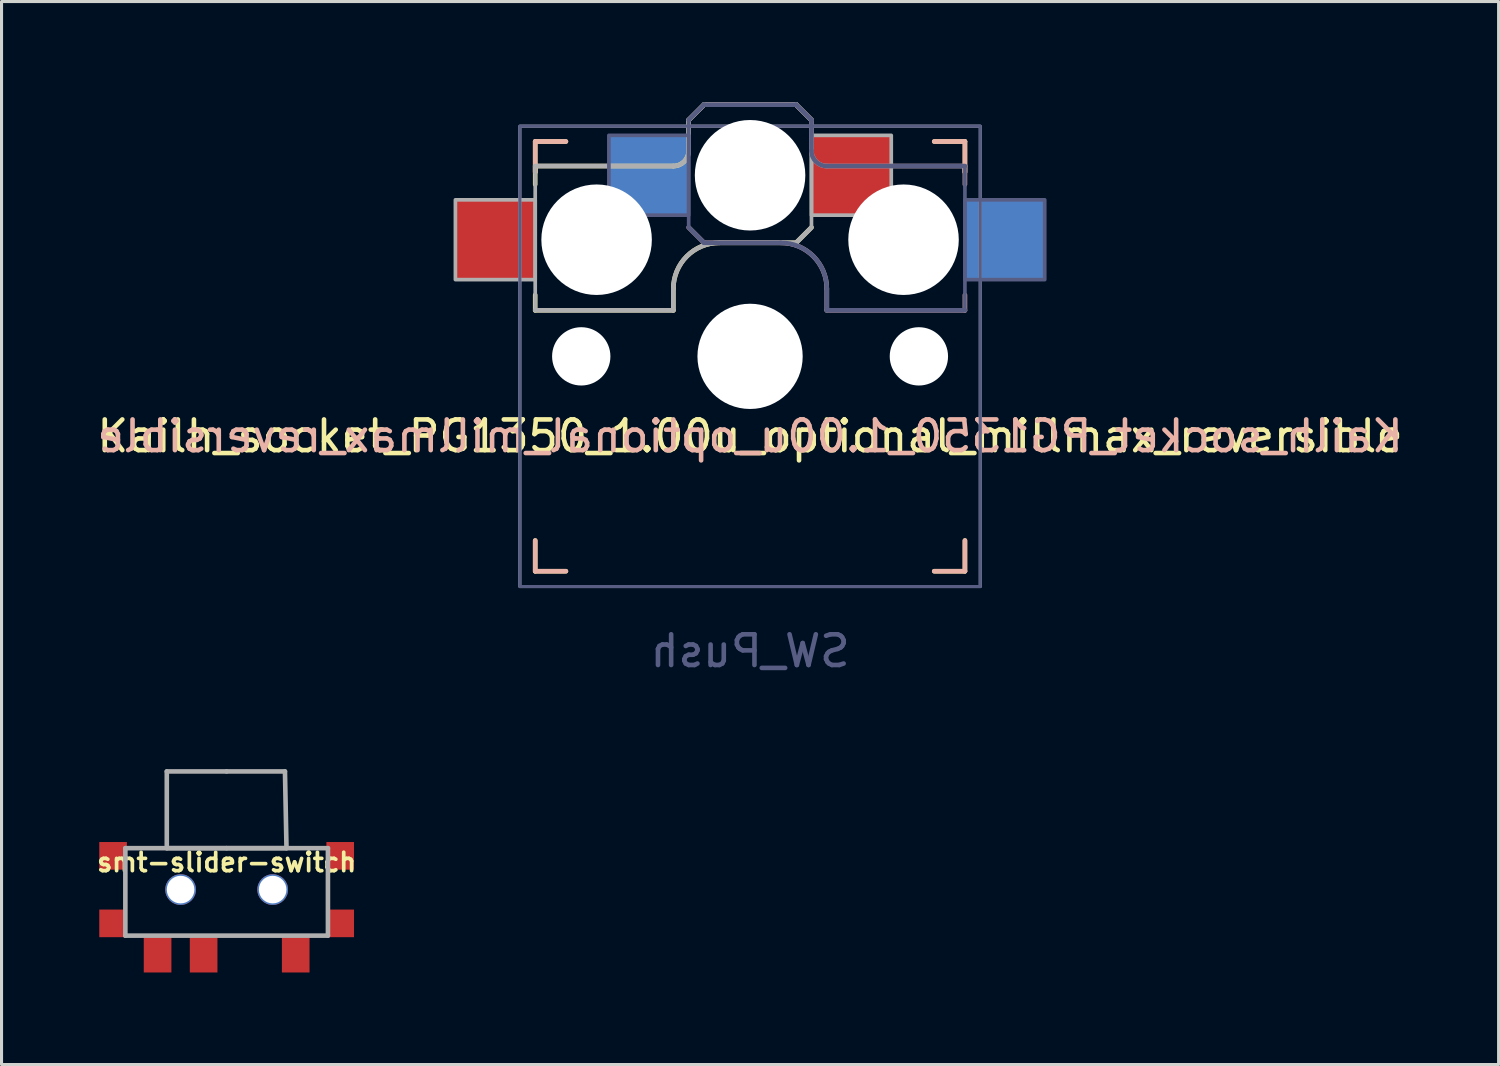
<source format=kicad_pcb>
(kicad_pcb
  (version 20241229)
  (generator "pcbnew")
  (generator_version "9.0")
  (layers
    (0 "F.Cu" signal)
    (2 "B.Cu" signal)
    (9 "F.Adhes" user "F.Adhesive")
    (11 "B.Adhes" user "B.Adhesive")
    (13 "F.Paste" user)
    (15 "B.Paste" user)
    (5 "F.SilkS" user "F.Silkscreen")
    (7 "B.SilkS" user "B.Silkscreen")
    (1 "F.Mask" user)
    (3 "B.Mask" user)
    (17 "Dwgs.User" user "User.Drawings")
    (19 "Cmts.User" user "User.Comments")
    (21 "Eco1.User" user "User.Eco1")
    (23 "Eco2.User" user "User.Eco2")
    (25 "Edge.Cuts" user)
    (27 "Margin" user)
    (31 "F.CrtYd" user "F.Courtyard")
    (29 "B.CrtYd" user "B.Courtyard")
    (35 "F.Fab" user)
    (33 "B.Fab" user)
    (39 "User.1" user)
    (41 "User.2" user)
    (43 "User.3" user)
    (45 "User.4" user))
  (footprint "smt-slider-switch"
    (layer "F.Cu")
    (at 4.334 25.933)
    (property "Reference" "smt-slider-switch" (at 0 -0.889 0) (layer "F.SilkS") (effects (font (size 0.6 0.6) (thickness 0.12))))
    (attr through_hole)
    (fp_line (start -3.3 -1.35) (end -3.3 1.5) (stroke (width 0.15) (type solid)) (layer "F.Fab"))
    (fp_line (start -3.3 1.5) (end 3.3 1.5) (stroke (width 0.15) (type solid)) (layer "F.Fab"))
    (fp_line (start -1.95 -3.85) (end 0 -3.85) (stroke (width 0.15) (type solid)) (layer "F.Fab"))
    (fp_line (start -1.95 -1.35) (end -1.95 -3.85) (stroke (width 0.15) (type solid)) (layer "F.Fab"))
    (fp_line (start 0 -3.85) (end 1.9 -3.85) (stroke (width 0.15) (type solid)) (layer "F.Fab"))
    (fp_line (start 0 -1.35) (end -3.3 -1.35) (stroke (width 0.15) (type solid)) (layer "F.Fab"))
    (fp_line (start 0 -1.35) (end 3.3 -1.35) (stroke (width 0.15) (type solid)) (layer "F.Fab"))
    (fp_line (start 1.9 -3.85) (end 1.95 -1.35) (stroke (width 0.15) (type solid)) (layer "F.Fab"))
    (fp_line (start 1.95 -1.35) (end -1.95 -1.35) (stroke (width 0.15) (type solid)) (layer "F.Fab"))
    (fp_line (start 3.3 1.5) (end 3.3 -1.35) (stroke (width 0.15) (type solid)) (layer "F.Fab"))
    (pad "" np_thru_hole circle (at -1.5 0) (size 1 1) (drill 0.9) (layers "*.Cu" "*.Mask"))
    (pad "" np_thru_hole circle (at 1.5 0) (size 1 1) (drill 0.9) (layers "*.Cu" "*.Mask"))
    (pad "0" smd rect (at -3.7 -1.1) (size 0.9 0.9) (layers "F.Cu" "F.Mask" "F.Paste"))
    (pad "0" smd rect (at -3.7 1.1) (size 0.9 0.9) (layers "F.Cu" "F.Mask" "F.Paste"))
    (pad "0" smd rect (at 3.7 -1.1) (size 0.9 0.9) (layers "F.Cu" "F.Mask" "F.Paste"))
    (pad "0" smd rect (at 3.7 1.1) (size 0.9 0.9) (layers "F.Cu" "F.Mask" "F.Paste"))
    (pad "1" smd rect (at 2.25 2.075) (size 0.9 1.25) (layers "F.Cu" "F.Mask" "F.Paste"))
    (pad "2" smd rect (at -0.75 2.075) (size 0.9 1.25) (layers "F.Cu" "F.Mask" "F.Paste"))
    (pad "3" smd rect (at -2.25 2.075) (size 0.9 1.25) (layers "F.Cu" "F.Mask" "F.Paste")))
  (footprint "Kailh_socket_PG1350_1.00u_optional_millmax_reversible"
    (layer "F.Cu")
    (at 21.387 8.56)
    (property "Reference" "Kailh_socket_PG1350_1.00u_optional_millmax_reversible" (at 0 2.6 0) (layer "F.SilkS") (effects (font (size 1 1) (thickness 0.15))))
    (property "Value" "SW_Push" (at 0 9.6 0) (layer "F.Fab") (hide yes) (effects (font (size 1 1) (thickness 0.15))))
    (fp_line (start -7 -6.2) (end -2.5 -6.2) (stroke (width 0.15) (type solid)) (layer "F.SilkS"))
    (fp_line (start -7 -6) (end -7 -7) (stroke (width 0.15) (type solid)) (layer "F.SilkS"))
    (fp_line (start -7 -5.6) (end -7 -6.2) (stroke (width 0.15) (type solid)) (layer "F.SilkS"))
    (fp_line (start -7 -1.5) (end -7 -2) (stroke (width 0.15) (type solid)) (layer "F.SilkS"))
    (fp_line (start -7 7) (end -7 6) (stroke (width 0.15) (type solid)) (layer "F.SilkS"))
    (fp_line (start -7 7) (end -6 7) (stroke (width 0.15) (type solid)) (layer "F.SilkS"))
    (fp_line (start -6 -7) (end -7 -7) (stroke (width 0.15) (type solid)) (layer "F.SilkS"))
    (fp_line (start -2.5 -2.2) (end -2.5 -1.5) (stroke (width 0.15) (type solid)) (layer "F.SilkS"))
    (fp_line (start -2.5 -1.5) (end -7 -1.5) (stroke (width 0.15) (type solid)) (layer "F.SilkS"))
    (fp_line (start -2 -7.7) (end -1.5 -8.2) (stroke (width 0.15) (type solid)) (layer "F.SilkS"))
    (fp_line (start -2 -6.7) (end -2 -7.7) (stroke (width 0.15) (type solid)) (layer "F.SilkS"))
    (fp_line (start -1.5 -8.2) (end 1.5 -8.2) (stroke (width 0.15) (type solid)) (layer "F.SilkS"))
    (fp_line (start 1.5 -8.2) (end 2 -7.7) (stroke (width 0.15) (type solid)) (layer "F.SilkS"))
    (fp_line (start 1.5 -3.7) (end -1 -3.7) (stroke (width 0.15) (type solid)) (layer "F.SilkS"))
    (fp_line (start 2 -4.2) (end 1.5 -3.7) (stroke (width 0.15) (type solid)) (layer "F.SilkS"))
    (fp_line (start 6 7) (end 7 7) (stroke (width 0.15) (type solid)) (layer "F.SilkS"))
    (fp_line (start 7 -7) (end 6 -7) (stroke (width 0.15) (type solid)) (layer "F.SilkS"))
    (fp_line (start 7 -7) (end 7 -6) (stroke (width 0.15) (type solid)) (layer "F.SilkS"))
    (fp_line (start 7 6) (end 7 7) (stroke (width 0.15) (type solid)) (layer "F.SilkS"))
    (fp_arc (start -2.5 -2.2) (mid -2.06066 -3.26066) (end -1 -3.7) (stroke (width 0.15) (type solid)) (layer "F.SilkS"))
    (fp_arc (start -2 -6.7) (mid -2.146447 -6.346447) (end -2.5 -6.2) (stroke (width 0.15) (type solid)) (layer "F.SilkS"))
    (fp_line (start -7 -6) (end -7 -7) (stroke (width 0.15) (type solid)) (layer "B.SilkS"))
    (fp_line (start -7 7) (end -7 6) (stroke (width 0.15) (type solid)) (layer "B.SilkS"))
    (fp_line (start -7 7) (end -6 7) (stroke (width 0.15) (type solid)) (layer "B.SilkS"))
    (fp_line (start -6 -7) (end -7 -7) (stroke (width 0.15) (type solid)) (layer "B.SilkS"))
    (fp_line (start -2 -4.2) (end -1.5 -3.7) (stroke (width 0.15) (type solid)) (layer "B.SilkS"))
    (fp_line (start -1.5 -8.2) (end -2 -7.7) (stroke (width 0.15) (type solid)) (layer "B.SilkS"))
    (fp_line (start -1.5 -3.7) (end 1 -3.7) (stroke (width 0.15) (type solid)) (layer "B.SilkS"))
    (fp_line (start 1.5 -8.2) (end -1.5 -8.2) (stroke (width 0.15) (type solid)) (layer "B.SilkS"))
    (fp_line (start 2 -7.7) (end 1.5 -8.2) (stroke (width 0.15) (type solid)) (layer "B.SilkS"))
    (fp_line (start 2 -6.7) (end 2 -7.7) (stroke (width 0.15) (type solid)) (layer "B.SilkS"))
    (fp_line (start 2.5 -2.2) (end 2.5 -1.5) (stroke (width 0.15) (type solid)) (layer "B.SilkS"))
    (fp_line (start 2.5 -1.5) (end 7 -1.5) (stroke (width 0.15) (type solid)) (layer "B.SilkS"))
    (fp_line (start 6 7) (end 7 7) (stroke (width 0.15) (type solid)) (layer "B.SilkS"))
    (fp_line (start 7 -7) (end 6 -7) (stroke (width 0.15) (type solid)) (layer "B.SilkS"))
    (fp_line (start 7 -7) (end 7 -6) (stroke (width 0.15) (type solid)) (layer "B.SilkS"))
    (fp_line (start 7 -6.2) (end 2.5 -6.2) (stroke (width 0.15) (type solid)) (layer "B.SilkS"))
    (fp_line (start 7 -5.6) (end 7 -6.2) (stroke (width 0.15) (type solid)) (layer "B.SilkS"))
    (fp_line (start 7 -1.5) (end 7 -2) (stroke (width 0.15) (type solid)) (layer "B.SilkS"))
    (fp_line (start 7 6) (end 7 7) (stroke (width 0.15) (type solid)) (layer "B.SilkS"))
    (fp_arc (start 1 -3.7) (mid 2.06066 -3.26066) (end 2.5 -2.2) (stroke (width 0.15) (type solid)) (layer "B.SilkS"))
    (fp_arc (start 2.5 -6.2) (mid 2.146447 -6.346447) (end 2 -6.7) (stroke (width 0.15) (type solid)) (layer "B.SilkS"))
    (fp_rect (start -9 -8.5) (end 9 8.5) (stroke (width 0.12) (type default)) (fill no) (layer "Eco1.User"))
    (fp_line (start -6.9 6.9) (end -6.9 -6.9) (stroke (width 0.15) (type solid)) (layer "Eco2.User"))
    (fp_line (start -6.9 6.9) (end 6.9 6.9) (stroke (width 0.15) (type solid)) (layer "Eco2.User"))
    (fp_line (start 6.9 -6.9) (end -6.9 -6.9) (stroke (width 0.15) (type solid)) (layer "Eco2.User"))
    (fp_line (start 6.9 -6.9) (end 6.9 6.9) (stroke (width 0.15) (type solid)) (layer "Eco2.User"))
    (fp_rect (start -2.5 -6.275) (end 2.5 -3.125) (stroke (width 0.15) (type default)) (fill no) (layer "Eco2.User"))
    (fp_line (start -2 -7.7) (end -1.5 -8.2) (stroke (width 0.15) (type solid)) (layer "B.Fab"))
    (fp_line (start -2 -4.25) (end -2 -7.7) (stroke (width 0.12) (type solid)) (layer "B.Fab"))
    (fp_line (start -2 -4.2) (end -1.5 -3.7) (stroke (width 0.15) (type solid)) (layer "B.Fab"))
    (fp_line (start -1.5 -8.2) (end 1.5 -8.2) (stroke (width 0.15) (type solid)) (layer "B.Fab"))
    (fp_line (start -1.5 -3.7) (end 1 -3.7) (stroke (width 0.15) (type solid)) (layer "B.Fab"))
    (fp_line (start 1.5 -8.2) (end 2 -7.7) (stroke (width 0.15) (type solid)) (layer "B.Fab"))
    (fp_line (start 2 -6.7) (end 2 -7.7) (stroke (width 0.15) (type solid)) (layer "B.Fab"))
    (fp_line (start 2.5 -2.2) (end 2.5 -1.5) (stroke (width 0.15) (type solid)) (layer "B.Fab"))
    (fp_line (start 2.5 -1.5) (end 7 -1.5) (stroke (width 0.15) (type solid)) (layer "B.Fab"))
    (fp_line (start 7 -6.2) (end 2.5 -6.2) (stroke (width 0.15) (type solid)) (layer "B.Fab"))
    (fp_line (start 7 -1.5) (end 7 -6.2) (stroke (width 0.12) (type solid)) (layer "B.Fab"))
    (fp_rect (start -4.6 -7.2) (end -2 -4.6) (stroke (width 0.12) (type default)) (fill no) (layer "B.Fab"))
    (fp_rect (start 7 -5.1) (end 9.6 -2.5) (stroke (width 0.12) (type default)) (fill no) (layer "B.Fab"))
    (fp_rect (start 7.5 7.5) (end -7.5 -7.5) (stroke (width 0.1) (type default)) (fill no) (layer "B.Fab"))
    (fp_arc (start 1 -3.7) (mid 2.06066 -3.26066) (end 2.5 -2.2) (stroke (width 0.15) (type solid)) (layer "B.Fab"))
    (fp_arc (start 2.5 -6.2) (mid 2.146447 -6.346447) (end 2 -6.7) (stroke (width 0.15) (type solid)) (layer "B.Fab"))
    (fp_line (start -7 -6.2) (end -2.5 -6.2) (stroke (width 0.15) (type solid)) (layer "F.Fab"))
    (fp_line (start -7 -1.5) (end -7 -6.2) (stroke (width 0.12) (type solid)) (layer "F.Fab"))
    (fp_line (start -2.5 -2.2) (end -2.5 -1.5) (stroke (width 0.15) (type solid)) (layer "F.Fab"))
    (fp_line (start -2.5 -1.5) (end -7 -1.5) (stroke (width 0.15) (type solid)) (layer "F.Fab"))
    (fp_line (start -2 -6.7) (end -2 -7.7) (stroke (width 0.15) (type solid)) (layer "F.Fab"))
    (fp_line (start -1.5 -8.2) (end -2 -7.7) (stroke (width 0.15) (type solid)) (layer "F.Fab"))
    (fp_line (start 1.5 -8.2) (end -1.5 -8.2) (stroke (width 0.15) (type solid)) (layer "F.Fab"))
    (fp_line (start 1.5 -3.7) (end -1 -3.7) (stroke (width 0.15) (type solid)) (layer "F.Fab"))
    (fp_line (start 2 -7.7) (end 1.5 -8.2) (stroke (width 0.15) (type solid)) (layer "F.Fab"))
    (fp_line (start 2 -4.25) (end 2 -7.7) (stroke (width 0.12) (type solid)) (layer "F.Fab"))
    (fp_line (start 2 -4.2) (end 1.5 -3.7) (stroke (width 0.15) (type solid)) (layer "F.Fab"))
    (fp_rect (start -7 -5.1) (end -9.6 -2.5) (stroke (width 0.12) (type default)) (fill no) (layer "F.Fab"))
    (fp_rect (start 4.6 -7.2) (end 2 -4.6) (stroke (width 0.12) (type default)) (fill no) (layer "F.Fab"))
    (fp_rect (start 7.5 7.5) (end -7.5 -7.5) (stroke (width 0.1) (type default)) (fill no) (layer "F.Fab"))
    (fp_arc (start -2.5 -2.2) (mid -2.06066 -3.26066) (end -1 -3.7) (stroke (width 0.15) (type solid)) (layer "F.Fab"))
    (fp_arc (start -2 -6.7) (mid -2.146447 -6.346447) (end -2.5 -6.2) (stroke (width 0.15) (type solid)) (layer "F.Fab"))
    (fp_text user "${REFERENCE}" (at 0 2.6 0) (layer "B.SilkS") (effects (font (size 1 1) (thickness 0.15)) (justify mirror)))
    (fp_text user "${VALUE}" (at 0 9.6 0) (layer "B.Fab") (effects (font (size 1 1) (thickness 0.15)) (justify mirror)))
    (pad "" np_thru_hole circle (at -5.5 0) (size 1.9 1.9) (drill 1.9) (layers "*.Cu" "*.Mask"))
    (pad "" np_thru_hole circle (at -5 -3.8) (size 3.6 3.6) (drill 3.6) (layers "*.Cu" "*.Mask"))
    (pad "" np_thru_hole circle (at 0 -5.9) (size 3.6 3.6) (drill 3.6) (layers "*.Cu" "*.Mask"))
    (pad "" np_thru_hole circle (at 0 0) (size 3.429 3.429) (drill 3.429) (layers "*.Cu" "*.Mask"))
    (pad "" np_thru_hole circle (at 5 -3.8) (size 3.6 3.6) (drill 3.6) (layers "*.Cu" "*.Mask"))
    (pad "" np_thru_hole circle (at 5.5 0) (size 1.9 1.9) (drill 1.9) (layers "*.Cu" "*.Mask"))
    (pad "1" smd rect (at -8.3 -3.8) (size 2.6 2.6) (layers "F.Cu" "F.Mask" "F.Paste"))
    (pad "1" smd rect (at -3.3 -5.9) (size 2.6 2.6) (layers "B.Cu" "B.Mask" "B.Paste"))
    (pad "2" smd rect (at 3.3 -5.9) (size 2.6 2.6) (layers "F.Cu" "F.Mask" "F.Paste"))
    (pad "2" smd rect (at 8.3 -3.8) (size 2.6 2.6) (layers "B.Cu" "B.Mask" "B.Paste")))
  (gr_rect
    (start -3 -3)
    (end 45.774 31.633)
    (stroke (width 0.1) (type default))
    (fill no)
    (layer "Edge.Cuts")))
</source>
